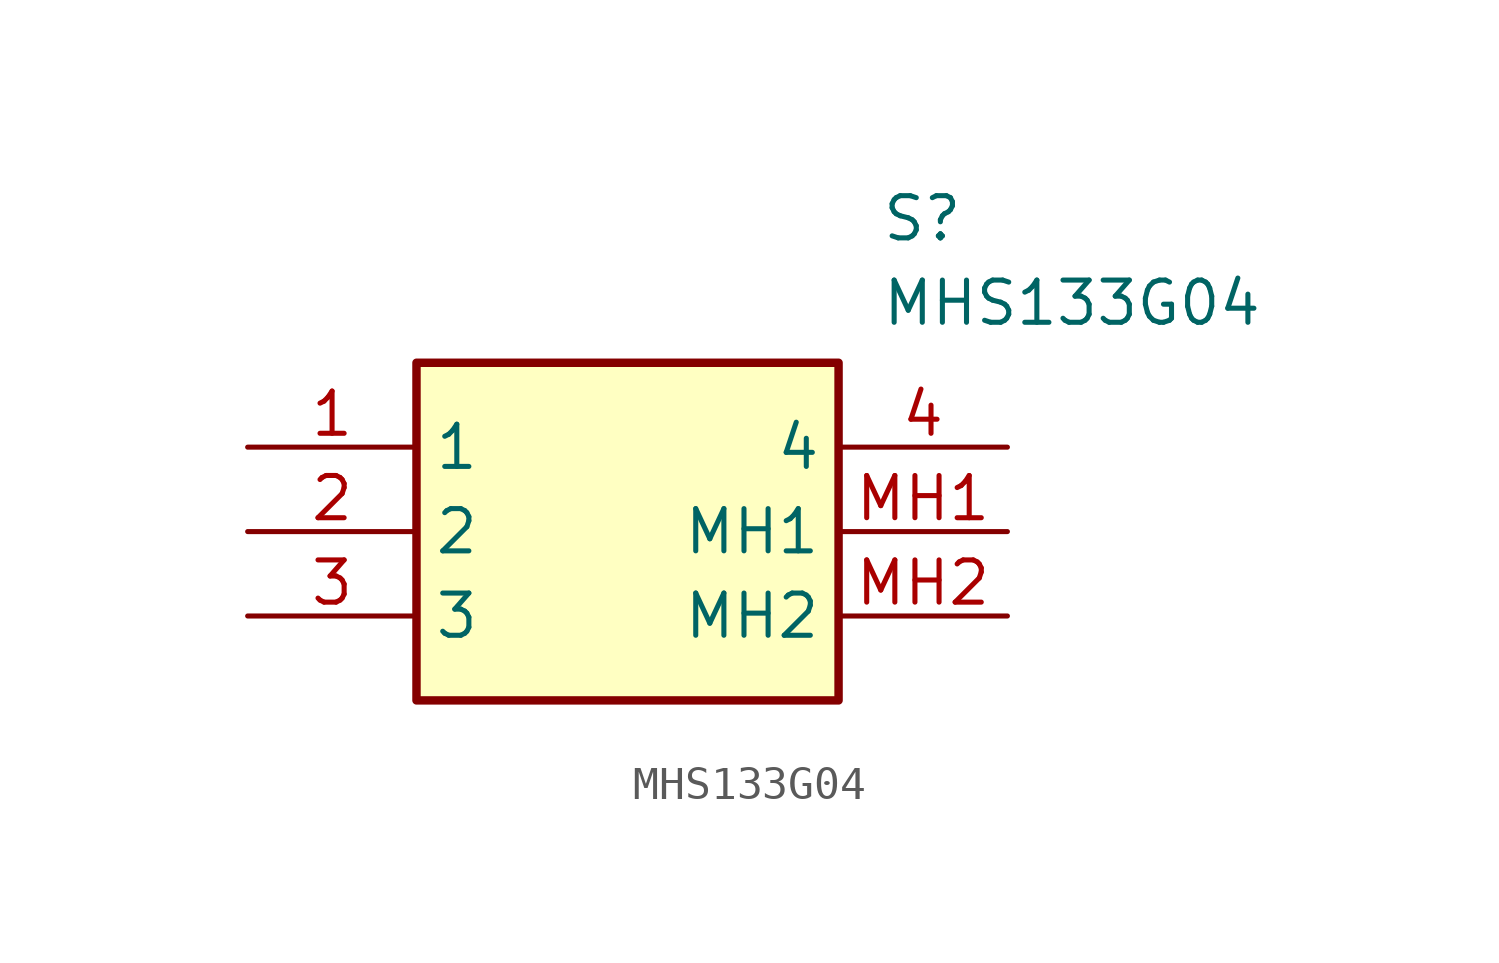
<source format=kicad_sym>
(kicad_symbol_lib
  (version 20211014)
  (generator SamacSys_ECAD_Model)
  (symbol "MHS133G04"
    (property "Reference" "S"
      (at 19.05 7.62 0)
      (effects (font (size 1.27 1.27)) (justify left top)))
    (property "Value" "MHS133G04"
      (at 19.05 5.08 0)
      (effects (font (size 1.27 1.27)) (justify left top)))
    (rectangle
      (start 5.08 2.54)
      (end 17.78 -7.62)
      (stroke (width 0.254) (type default))
      (fill (type background)))
    (pin passive line
      (at 0 0 0)
      (length 5.08)
      (name "1" (effects (font (size 1.27 1.27))))
      (number "1" (effects (font (size 1.27 1.27)))))
    (pin passive line
      (at 0 -2.54 0)
      (length 5.08)
      (name "2" (effects (font (size 1.27 1.27))))
      (number "2" (effects (font (size 1.27 1.27)))))
    (pin passive line
      (at 0 -5.08 0)
      (length 5.08)
      (name "3" (effects (font (size 1.27 1.27))))
      (number "3" (effects (font (size 1.27 1.27)))))
    (pin passive line
      (at 22.86 0 180)
      (length 5.08)
      (name "4" (effects (font (size 1.27 1.27))))
      (number "4" (effects (font (size 1.27 1.27)))))
    (pin passive line
      (at 22.86 -2.54 180)
      (length 5.08)
      (name "MH1" (effects (font (size 1.27 1.27))))
      (number "MH1" (effects (font (size 1.27 1.27)))))
    (pin passive line
      (at 22.86 -5.08 180)
      (length 5.08)
      (name "MH2" (effects (font (size 1.27 1.27))))
      (number "MH2" (effects (font (size 1.27 1.27)))))))
</source>
